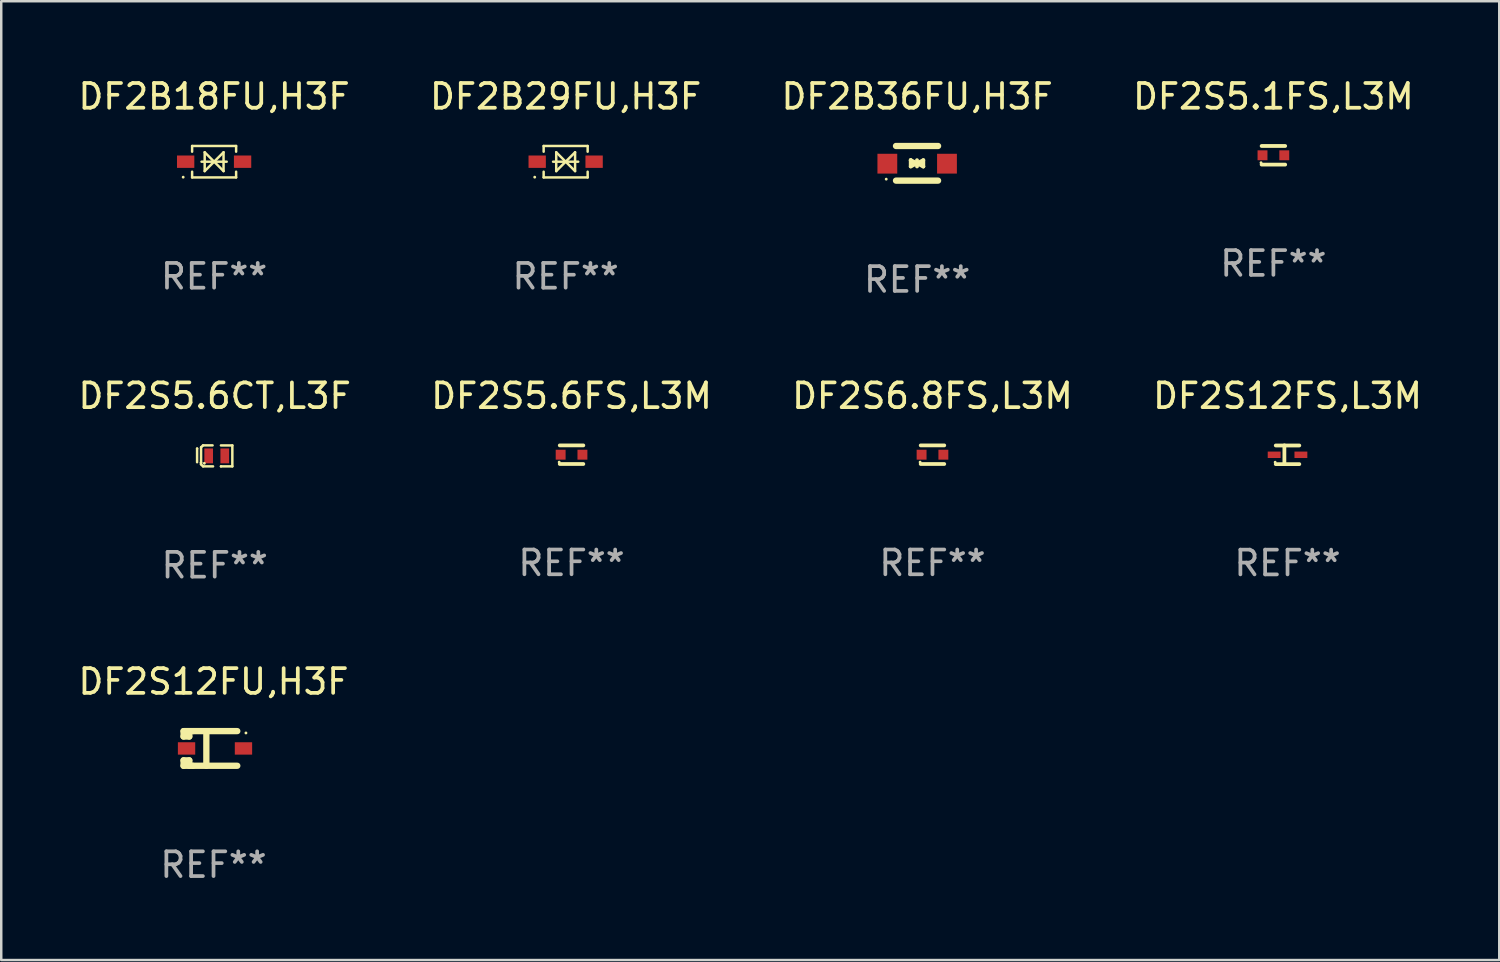
<source format=kicad_pcb>
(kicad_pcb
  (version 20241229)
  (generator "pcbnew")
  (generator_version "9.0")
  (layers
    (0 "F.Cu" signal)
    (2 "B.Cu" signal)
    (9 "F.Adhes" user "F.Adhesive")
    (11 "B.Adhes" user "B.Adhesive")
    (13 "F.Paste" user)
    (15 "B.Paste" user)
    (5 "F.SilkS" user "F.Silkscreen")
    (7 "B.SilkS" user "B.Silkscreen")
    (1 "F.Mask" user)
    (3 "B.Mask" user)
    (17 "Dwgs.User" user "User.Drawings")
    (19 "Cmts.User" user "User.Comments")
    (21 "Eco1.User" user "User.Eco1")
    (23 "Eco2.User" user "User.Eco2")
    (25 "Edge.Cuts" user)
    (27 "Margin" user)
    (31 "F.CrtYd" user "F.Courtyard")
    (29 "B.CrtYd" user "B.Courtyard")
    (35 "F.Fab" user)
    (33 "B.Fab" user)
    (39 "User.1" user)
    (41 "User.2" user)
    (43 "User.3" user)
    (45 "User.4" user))
  (footprint "DF2S12FS,L3M"
    (layer "F.Cu")
    (at 48.97 15.323)
    (property "Reference" "DF2S12FS,L3M" (at 0 -2.379 0) (layer "F.SilkS") (effects (font (size 1 1) (thickness 0.15))))
    (attr through_hole)
    (fp_line (start -0.476 -0.374) (end 0.476 -0.374) (stroke (width 0.152) (type solid)) (layer "F.SilkS"))
    (fp_line (start -0.476 0.379) (end 0.476 0.379) (stroke (width 0.152) (type solid)) (layer "F.SilkS"))
    (fp_line (start -0.127 -0.379) (end -0.127 0.374) (stroke (width 0.152) (type solid)) (layer "F.SilkS"))
    (fp_circle (center -0.5 0.302) (end -0.47 0.302) (stroke (width 0.06) (type solid)) (fill no) (layer "F.SilkS"))
    (fp_text user "REF**" (at 0 4.379 0) (layer "F.Fab") (effects (font (size 1 1) (thickness 0.15))))
    (pad "1" smd rect (at -0.54 0.002 180) (size 0.52 0.26) (layers "F.Cu" "F.Mask" "F.Paste"))
    (pad "2" smd rect (at 0.54 0.002 180) (size 0.52 0.26) (layers "F.Cu" "F.Mask" "F.Paste")))
  (footprint "DF2S6.8FS,L3M"
    (layer "F.Cu")
    (at 34.625 15.321)
    (property "Reference" "DF2S6.8FS,L3M" (at 0 -2.376 0) (layer "F.SilkS") (effects (font (size 1 1) (thickness 0.15))))
    (attr through_hole)
    (fp_line (start -0.476 -0.376) (end 0.476 -0.376) (stroke (width 0.152) (type solid)) (layer "F.SilkS"))
    (fp_line (start -0.476 0.376) (end 0.476 0.376) (stroke (width 0.152) (type solid)) (layer "F.SilkS"))
    (fp_circle (center -0.5 0.3) (end -0.47 0.3) (stroke (width 0.06) (type solid)) (fill no) (layer "F.SilkS"))
    (fp_text user "REF**" (at 0 4.376 0) (layer "F.Fab") (effects (font (size 1 1) (thickness 0.15))))
    (pad "1" smd rect (at -0.44 0 180) (size 0.4 0.4) (layers "F.Cu" "F.Mask" "F.Paste"))
    (pad "2" smd rect (at 0.44 0 180) (size 0.4 0.4) (layers "F.Cu" "F.Mask" "F.Paste")))
  (footprint "DF2S5.1FS,L3M"
    (layer "F.Cu")
    (at 48.399 3.224)
    (property "Reference" "DF2S5.1FS,L3M" (at 0 -2.376 0) (layer "F.SilkS") (effects (font (size 1 1) (thickness 0.15))))
    (attr through_hole)
    (fp_line (start -0.476 -0.376) (end 0.476 -0.376) (stroke (width 0.152) (type solid)) (layer "F.SilkS"))
    (fp_line (start -0.476 0.376) (end 0.476 0.376) (stroke (width 0.152) (type solid)) (layer "F.SilkS"))
    (fp_circle (center -0.5 0.3) (end -0.47 0.3) (stroke (width 0.06) (type solid)) (fill no) (layer "F.SilkS"))
    (fp_text user "REF**" (at 0 4.376 0) (layer "F.Fab") (effects (font (size 1 1) (thickness 0.15))))
    (pad "1" smd rect (at -0.44 0 180) (size 0.4 0.4) (layers "F.Cu" "F.Mask" "F.Paste"))
    (pad "2" smd rect (at 0.44 0 180) (size 0.4 0.4) (layers "F.Cu" "F.Mask" "F.Paste")))
  (footprint "DF2S5.6FS,L3M"
    (layer "F.Cu")
    (at 20.042 15.321)
    (property "Reference" "DF2S5.6FS,L3M" (at 0 -2.376 0) (layer "F.SilkS") (effects (font (size 1 1) (thickness 0.15))))
    (attr through_hole)
    (fp_line (start -0.476 -0.376) (end 0.476 -0.376) (stroke (width 0.152) (type solid)) (layer "F.SilkS"))
    (fp_line (start -0.476 0.376) (end 0.476 0.376) (stroke (width 0.152) (type solid)) (layer "F.SilkS"))
    (fp_circle (center -0.5 0.3) (end -0.47 0.3) (stroke (width 0.06) (type solid)) (fill no) (layer "F.SilkS"))
    (fp_text user "REF**" (at 0 4.376 0) (layer "F.Fab") (effects (font (size 1 1) (thickness 0.15))))
    (pad "1" smd rect (at -0.44 0 180) (size 0.4 0.4) (layers "F.Cu" "F.Mask" "F.Paste"))
    (pad "2" smd rect (at 0.44 0 180) (size 0.4 0.4) (layers "F.Cu" "F.Mask" "F.Paste")))
  (footprint "DF2B18FU,H3F"
    (layer "F.Cu")
    (at 5.601 3.483)
    (property "Reference" "DF2B18FU,H3F" (at 0 -2.635 0) (layer "F.SilkS") (effects (font (size 1 1) (thickness 0.15))))
    (attr through_hole)
    (fp_line (start -0.889 -0.404) (end -0.889 -0.635) (stroke (width 0.1) (type solid)) (layer "F.SilkS"))
    (fp_line (start -0.889 0.635) (end -0.889 0.404) (stroke (width 0.1) (type solid)) (layer "F.SilkS"))
    (fp_line (start -0.381 -0.381) (end 0 0) (stroke (width 0.1) (type solid)) (layer "F.SilkS"))
    (fp_line (start -0.381 0.381) (end -0.381 -0.381) (stroke (width 0.1) (type solid)) (layer "F.SilkS"))
    (fp_line (start 0 0) (end -0.381 0.381) (stroke (width 0.1) (type solid)) (layer "F.SilkS"))
    (fp_line (start 0 0) (end 0.381 0.381) (stroke (width 0.1) (type solid)) (layer "F.SilkS"))
    (fp_line (start 0.381 -0.381) (end 0 0) (stroke (width 0.1) (type solid)) (layer "F.SilkS"))
    (fp_line (start 0.381 0.381) (end 0.381 -0.381) (stroke (width 0.1) (type solid)) (layer "F.SilkS"))
    (fp_line (start 0.508 0) (end -0.508 0) (stroke (width 0.1) (type solid)) (layer "F.SilkS"))
    (fp_line (start 0.889 -0.635) (end -0.889 -0.635) (stroke (width 0.1) (type solid)) (layer "F.SilkS"))
    (fp_line (start 0.889 -0.404) (end 0.889 -0.635) (stroke (width 0.1) (type solid)) (layer "F.SilkS"))
    (fp_line (start 0.889 0.635) (end -0.889 0.635) (stroke (width 0.1) (type solid)) (layer "F.SilkS"))
    (fp_line (start 0.889 0.635) (end 0.889 0.404) (stroke (width 0.1) (type solid)) (layer "F.SilkS"))
    (fp_circle (center -1.25 0.625) (end -1.22 0.625) (stroke (width 0.06) (type solid)) (fill no) (layer "F.SilkS"))
    (fp_text user "REF**" (at 0 4.635 0) (layer "F.Fab") (effects (font (size 1 1) (thickness 0.15))))
    (pad "1" smd rect (at -1.15 0) (size 0.7 0.5) (layers "F.Cu" "F.Mask" "F.Paste"))
    (pad "2" smd rect (at 1.15 0) (size 0.7 0.5) (layers "F.Cu" "F.Mask" "F.Paste")))
  (footprint "DF2B36FU,H3F"
    (layer "F.Cu")
    (at 34.006 3.548)
    (property "Reference" "DF2B36FU,H3F" (at 0 -2.7 0) (layer "F.SilkS") (effects (font (size 1 1) (thickness 0.15))))
    (attr through_hole)
    (fp_line (start -0.855 -0.7) (end 0.845 -0.7) (stroke (width 0.254) (type solid)) (layer "F.SilkS"))
    (fp_line (start -0.855 0.7) (end 0.845 0.7) (stroke (width 0.254) (type solid)) (layer "F.SilkS"))
    (fp_line (start -0.26 -0.127) (end -0.26 -0.127) (stroke (width 0.154) (type solid)) (layer "F.SilkS"))
    (fp_line (start -0.26 -0.127) (end -0.008 -0.003) (stroke (width 0.154) (type solid)) (layer "F.SilkS"))
    (fp_line (start -0.26 0.127) (end -0.26 -0.127) (stroke (width 0.154) (type solid)) (layer "F.SilkS"))
    (fp_line (start -0.133 0.000483) (end -0.003 0.000483) (stroke (width 0.154) (type solid)) (layer "F.SilkS"))
    (fp_line (start -0.009 0.000483) (end -0.26 0.127) (stroke (width 0.154) (type solid)) (layer "F.SilkS"))
    (fp_line (start -0.006 -0.127) (end -0.006 0.127) (stroke (width 0.154) (type solid)) (layer "F.SilkS"))
    (fp_line (start -0.003 0.000483) (end 0.248 -0.127) (stroke (width 0.154) (type solid)) (layer "F.SilkS"))
    (fp_line (start 0.121 0.000483) (end -0.009 0.000483) (stroke (width 0.154) (type solid)) (layer "F.SilkS"))
    (fp_line (start 0.248 -0.127) (end 0.248 0.127) (stroke (width 0.154) (type solid)) (layer "F.SilkS"))
    (fp_line (start 0.248 0.127) (end -0.004 0.004) (stroke (width 0.154) (type solid)) (layer "F.SilkS"))
    (fp_line (start 0.248 0.127) (end 0.248 0.127) (stroke (width 0.154) (type solid)) (layer "F.SilkS"))
    (fp_circle (center -1.25 0.64) (end -1.22 0.64) (stroke (width 0.06) (type solid)) (fill no) (layer "F.SilkS"))
    (fp_text user "REF**" (at 0 4.7 0) (layer "F.Fab") (effects (font (size 1 1) (thickness 0.15))))
    (pad "1" smd rect (at -1.205 0.015) (size 0.8 0.8) (layers "F.Cu" "F.Mask" "F.Paste"))
    (pad "2" smd rect (at 1.205 0.015) (size 0.8 0.8) (layers "F.Cu" "F.Mask" "F.Paste")))
  (footprint "DF2B29FU,H3F"
    (layer "F.Cu")
    (at 19.804 3.483)
    (property "Reference" "DF2B29FU,H3F" (at 0 -2.635 0) (layer "F.SilkS") (effects (font (size 1 1) (thickness 0.15))))
    (attr through_hole)
    (fp_line (start -0.889 -0.404) (end -0.889 -0.635) (stroke (width 0.1) (type solid)) (layer "F.SilkS"))
    (fp_line (start -0.889 0.635) (end -0.889 0.404) (stroke (width 0.1) (type solid)) (layer "F.SilkS"))
    (fp_line (start -0.381 -0.381) (end 0 0) (stroke (width 0.1) (type solid)) (layer "F.SilkS"))
    (fp_line (start -0.381 0.381) (end -0.381 -0.381) (stroke (width 0.1) (type solid)) (layer "F.SilkS"))
    (fp_line (start 0 0) (end -0.381 0.381) (stroke (width 0.1) (type solid)) (layer "F.SilkS"))
    (fp_line (start 0 0) (end 0.381 0.381) (stroke (width 0.1) (type solid)) (layer "F.SilkS"))
    (fp_line (start 0.381 -0.381) (end 0 0) (stroke (width 0.1) (type solid)) (layer "F.SilkS"))
    (fp_line (start 0.381 0.381) (end 0.381 -0.381) (stroke (width 0.1) (type solid)) (layer "F.SilkS"))
    (fp_line (start 0.508 0) (end -0.508 0) (stroke (width 0.1) (type solid)) (layer "F.SilkS"))
    (fp_line (start 0.889 -0.635) (end -0.889 -0.635) (stroke (width 0.1) (type solid)) (layer "F.SilkS"))
    (fp_line (start 0.889 -0.404) (end 0.889 -0.635) (stroke (width 0.1) (type solid)) (layer "F.SilkS"))
    (fp_line (start 0.889 0.635) (end -0.889 0.635) (stroke (width 0.1) (type solid)) (layer "F.SilkS"))
    (fp_line (start 0.889 0.635) (end 0.889 0.404) (stroke (width 0.1) (type solid)) (layer "F.SilkS"))
    (fp_circle (center -1.25 0.625) (end -1.22 0.625) (stroke (width 0.06) (type solid)) (fill no) (layer "F.SilkS"))
    (fp_text user "REF**" (at 0 4.635 0) (layer "F.Fab") (effects (font (size 1 1) (thickness 0.15))))
    (pad "1" smd rect (at -1.15 0) (size 0.7 0.5) (layers "F.Cu" "F.Mask" "F.Paste"))
    (pad "2" smd rect (at 1.15 0) (size 0.7 0.5) (layers "F.Cu" "F.Mask" "F.Paste")))
  (footprint "DF2S12FU,H3F"
    (layer "F.Cu")
    (at 5.577 27.19)
    (property "Reference" "DF2S12FU,H3F" (at 0 -2.701 0) (layer "F.SilkS") (effects (font (size 1 1) (thickness 0.15))))
    (attr through_hole)
    (fp_line (start -1.21 -0.701) (end -1.21 -0.482) (stroke (width 0.254) (type solid)) (layer "F.SilkS"))
    (fp_line (start -1.21 0.48) (end -1.21 0.701) (stroke (width 0.254) (type solid)) (layer "F.SilkS"))
    (fp_line (start -1.21 0.48) (end -0.98 0.48) (stroke (width 0.254) (type solid)) (layer "F.SilkS"))
    (fp_line (start -1.21 0.701) (end -0.839 0.701) (stroke (width 0.254) (type solid)) (layer "F.SilkS"))
    (fp_line (start -0.98 -0.701) (end -0.98 -0.482) (stroke (width 0.254) (type solid)) (layer "F.SilkS"))
    (fp_line (start -0.98 -0.482) (end -1.21 -0.482) (stroke (width 0.254) (type solid)) (layer "F.SilkS"))
    (fp_line (start -0.98 0.481) (end -0.98 0.701) (stroke (width 0.254) (type solid)) (layer "F.SilkS"))
    (fp_line (start -0.84 -0.701) (end -1.21 -0.701) (stroke (width 0.254) (type solid)) (layer "F.SilkS"))
    (fp_line (start -0.84 -0.701) (end 0.96 -0.701) (stroke (width 0.254) (type solid)) (layer "F.SilkS"))
    (fp_line (start -0.84 0.699) (end 0.96 0.699) (stroke (width 0.254) (type solid)) (layer "F.SilkS"))
    (fp_line (start -0.29 0.699) (end -0.29 -0.701) (stroke (width 0.254) (type solid)) (layer "F.SilkS"))
    (fp_circle (center 1.31 -0.626) (end 1.34 -0.626) (stroke (width 0.06) (type solid)) (fill no) (layer "F.SilkS"))
    (fp_text user "REF**" (at 0 4.701 0) (layer "F.Fab") (effects (font (size 1 1) (thickness 0.15))))
    (pad "1" smd rect (at 1.21 -0.001 180) (size 0.7 0.5) (layers "F.Cu" "F.Mask" "F.Paste"))
    (pad "2" smd rect (at -1.09 -0.001 180) (size 0.7 0.5) (layers "F.Cu" "F.Mask" "F.Paste")))
  (footprint "DF2S5.6CT,L3F"
    (layer "F.Cu")
    (at 5.625 15.369)
    (property "Reference" "DF2S5.6CT,L3F" (at 0 -2.424 0) (layer "F.SilkS") (effects (font (size 1 1) (thickness 0.15))))
    (attr through_hole)
    (fp_line (start -0.712 -0.295) (end -0.712 0.256) (stroke (width 0.1) (type solid)) (layer "F.SilkS"))
    (fp_line (start -0.709 -0.295) (end -0.712 -0.295) (stroke (width 0.1) (type solid)) (layer "F.SilkS"))
    (fp_line (start -0.554 0.274) (end -0.554 0.34) (stroke (width 0.1) (type solid)) (layer "F.SilkS"))
    (fp_line (start -0.554 0.34) (end -0.47 0.424) (stroke (width 0.1) (type solid)) (layer "F.SilkS"))
    (fp_line (start -0.551 -0.348) (end -0.551 0.274) (stroke (width 0.1) (type solid)) (layer "F.SilkS"))
    (fp_line (start -0.551 0.274) (end -0.554 0.274) (stroke (width 0.1) (type solid)) (layer "F.SilkS"))
    (fp_line (start -0.472 -0.424) (end -0.551 -0.348) (stroke (width 0.1) (type solid)) (layer "F.SilkS"))
    (fp_line (start -0.47 0.424) (end -0.066 0.424) (stroke (width 0.1) (type solid)) (layer "F.SilkS"))
    (fp_line (start -0.086 -0.424) (end -0.472 -0.424) (stroke (width 0.1) (type solid)) (layer "F.SilkS"))
    (fp_line (start 0.251 -0.423) (end 0.712 -0.423) (stroke (width 0.1) (type solid)) (layer "F.SilkS"))
    (fp_line (start 0.253 0.424) (end 0.253 0.423) (stroke (width 0.1) (type solid)) (layer "F.SilkS"))
    (fp_line (start 0.712 -0.423) (end 0.712 0.424) (stroke (width 0.1) (type solid)) (layer "F.SilkS"))
    (fp_line (start 0.712 0.424) (end 0.253 0.424) (stroke (width 0.1) (type solid)) (layer "F.SilkS"))
    (fp_circle (center -0.419 0.3) (end -0.389 0.3) (stroke (width 0.06) (type solid)) (fill no) (layer "F.SilkS"))
    (fp_text user "REF**" (at 0 4.424 0) (layer "F.Fab") (effects (font (size 1 1) (thickness 0.15))))
    (pad "1" smd rect (at -0.244 -0.000165) (size 0.35 0.6) (layers "F.Cu" "F.Mask" "F.Paste"))
    (pad "2" smd rect (at 0.406 -0.000165) (size 0.35 0.6) (layers "F.Cu" "F.Mask" "F.Paste")))
  (gr_rect
    (start -3 -3)
    (end 57.524 35.739)
    (stroke (width 0.1) (type default))
    (fill no)
    (layer "Edge.Cuts")))
</source>
